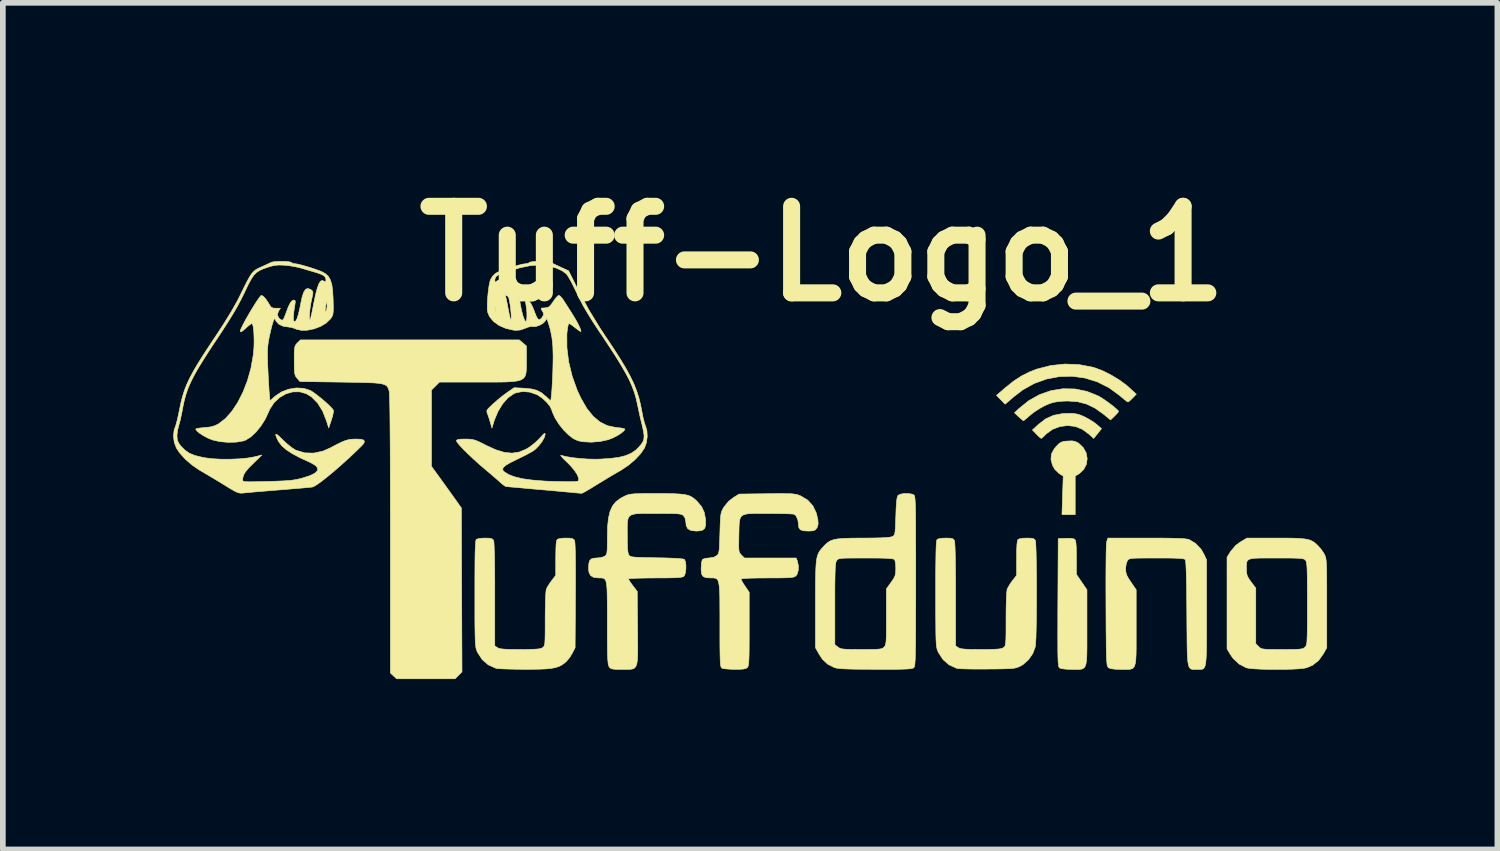
<source format=kicad_pcb>
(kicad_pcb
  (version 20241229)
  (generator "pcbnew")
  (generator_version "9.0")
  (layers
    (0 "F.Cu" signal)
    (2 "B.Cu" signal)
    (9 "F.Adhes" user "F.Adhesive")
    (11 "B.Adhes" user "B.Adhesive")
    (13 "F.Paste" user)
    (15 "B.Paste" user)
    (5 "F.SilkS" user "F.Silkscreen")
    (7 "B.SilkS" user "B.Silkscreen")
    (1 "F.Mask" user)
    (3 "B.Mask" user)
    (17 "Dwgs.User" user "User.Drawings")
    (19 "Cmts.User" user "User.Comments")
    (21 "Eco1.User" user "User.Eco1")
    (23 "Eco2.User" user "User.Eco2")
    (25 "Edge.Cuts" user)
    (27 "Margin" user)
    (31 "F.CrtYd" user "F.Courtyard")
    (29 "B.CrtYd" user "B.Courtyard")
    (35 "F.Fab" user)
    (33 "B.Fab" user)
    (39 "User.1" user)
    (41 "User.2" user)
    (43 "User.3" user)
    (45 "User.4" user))
  (footprint "Tuff-Logo_1"
    (layer "F.Cu")
    (at 10.165 5.228)
    (property "Reference" "Tuff-Logo_1" (at 1.27 -3.81 0) (layer "F.SilkS") (effects (font (size 1.524 1.524) (thickness 0.3))))
    (attr through_hole)
    (fp_poly (pts (xy 5.719 -0.504) (xy 5.768 -0.48) (xy 5.781 -0.472) (xy 5.863 -0.394) (xy 5.913 -0.302) (xy 5.931 -0.202) (xy 5.917 -0.102) (xy 5.871 -0.012) (xy 5.793 0.062) (xy 5.778 0.071) (xy 5.72 0.106) (xy 5.72 0.785) (xy 5.487 0.785) (xy 5.498 0.446) (xy 5.509 0.107) (xy 5.435 0.059) (xy 5.36 -0.013) (xy 5.32 -0.085) (xy 5.293 -0.189) (xy 5.302 -0.284) (xy 5.351 -0.374) (xy 5.388 -0.419) (xy 5.437 -0.468) (xy 5.481 -0.494) (xy 5.535 -0.507) (xy 5.588 -0.511) (xy 5.665 -0.514) (xy 5.719 -0.504)) (stroke (width 0.01) (type solid)) (fill yes) (layer "F.SilkS"))
    (fp_poly (pts (xy 5.68 -0.997) (xy 5.75 -0.987) (xy 5.816 -0.967) (xy 5.886 -0.936) (xy 5.968 -0.892) (xy 6.049 -0.841) (xy 6.101 -0.801) (xy 6.183 -0.729) (xy 6.115 -0.643) (xy 6.046 -0.557) (xy 5.964 -0.631) (xy 5.845 -0.719) (xy 5.721 -0.768) (xy 5.586 -0.784) (xy 5.448 -0.766) (xy 5.318 -0.716) (xy 5.21 -0.637) (xy 5.195 -0.622) (xy 5.155 -0.582) (xy 5.127 -0.56) (xy 5.121 -0.558) (xy 5.101 -0.571) (xy 5.063 -0.606) (xy 5.038 -0.632) (xy 4.966 -0.706) (xy 5.075 -0.805) (xy 5.201 -0.902) (xy 5.339 -0.964) (xy 5.495 -0.994) (xy 5.586 -0.998) (xy 5.68 -0.997)) (stroke (width 0.01) (type solid)) (fill yes) (layer "F.SilkS"))
    (fp_poly (pts (xy 5.788 -1.857) (xy 6.03 -1.811) (xy 6.055 -1.804) (xy 6.196 -1.752) (xy 6.348 -1.676) (xy 6.496 -1.587) (xy 6.624 -1.493) (xy 6.659 -1.462) (xy 6.796 -1.336) (xy 6.729 -1.267) (xy 6.687 -1.226) (xy 6.656 -1.201) (xy 6.649 -1.198) (xy 6.628 -1.21) (xy 6.585 -1.244) (xy 6.527 -1.292) (xy 6.507 -1.31) (xy 6.315 -1.45) (xy 6.108 -1.554) (xy 5.89 -1.621) (xy 5.667 -1.652) (xy 5.441 -1.646) (xy 5.217 -1.604) (xy 5 -1.526) (xy 4.794 -1.411) (xy 4.638 -1.291) (xy 4.486 -1.16) (xy 4.334 -1.316) (xy 4.488 -1.448) (xy 4.635 -1.566) (xy 4.773 -1.656) (xy 4.914 -1.727) (xy 5.044 -1.778) (xy 5.286 -1.84) (xy 5.537 -1.867) (xy 5.788 -1.857)) (stroke (width 0.01) (type solid)) (fill yes) (layer "F.SilkS"))
    (fp_poly (pts (xy 5.634 1.202) (xy 5.692 1.211) (xy 5.712 1.22) (xy 5.724 1.239) (xy 5.732 1.279) (xy 5.738 1.343) (xy 5.74 1.438) (xy 5.741 1.541) (xy 5.741 1.837) (xy 5.834 1.973) (xy 5.927 2.109) (xy 5.927 2.776) (xy 5.927 2.97) (xy 5.927 3.126) (xy 5.925 3.249) (xy 5.92 3.343) (xy 5.91 3.412) (xy 5.894 3.459) (xy 5.871 3.488) (xy 5.839 3.504) (xy 5.796 3.511) (xy 5.742 3.511) (xy 5.675 3.511) (xy 5.666 3.511) (xy 5.561 3.507) (xy 5.486 3.498) (xy 5.445 3.485) (xy 5.437 3.477) (xy 5.431 3.463) (xy 5.426 3.439) (xy 5.422 3.403) (xy 5.418 3.351) (xy 5.416 3.28) (xy 5.414 3.187) (xy 5.414 3.068) (xy 5.413 2.92) (xy 5.414 2.739) (xy 5.414 2.523) (xy 5.415 2.333) (xy 5.421 1.208) (xy 5.552 1.202) (xy 5.634 1.202)) (stroke (width 0.01) (type solid)) (fill yes) (layer "F.SilkS"))
    (fp_poly (pts (xy 5.717 -1.428) (xy 5.927 -1.385) (xy 6.122 -1.307) (xy 6.177 -1.275) (xy 6.244 -1.231) (xy 6.316 -1.18) (xy 6.384 -1.128) (xy 6.44 -1.081) (xy 6.476 -1.047) (xy 6.484 -1.033) (xy 6.471 -1.012) (xy 6.436 -0.974) (xy 6.414 -0.952) (xy 6.343 -0.883) (xy 6.224 -0.98) (xy 6.072 -1.089) (xy 5.923 -1.162) (xy 5.766 -1.203) (xy 5.593 -1.216) (xy 5.521 -1.214) (xy 5.419 -1.206) (xy 5.341 -1.193) (xy 5.269 -1.171) (xy 5.187 -1.135) (xy 5.179 -1.132) (xy 5.089 -1.082) (xy 4.996 -1.021) (xy 4.922 -0.963) (xy 4.868 -0.916) (xy 4.828 -0.882) (xy 4.809 -0.868) (xy 4.809 -0.868) (xy 4.791 -0.881) (xy 4.753 -0.914) (xy 4.726 -0.938) (xy 4.651 -1.008) (xy 4.726 -1.08) (xy 4.902 -1.222) (xy 5.093 -1.329) (xy 5.296 -1.399) (xy 5.505 -1.432) (xy 5.717 -1.428)) (stroke (width 0.01) (type solid)) (fill yes) (layer "F.SilkS"))
    (fp_poly (pts (xy -4.008 -2.239) (xy -3.944 -2.185) (xy -3.944 -1.938) (xy -3.944 -1.842) (xy -3.946 -1.763) (xy -3.953 -1.7) (xy -3.969 -1.65) (xy -3.999 -1.613) (xy -4.045 -1.586) (xy -4.112 -1.568) (xy -4.203 -1.557) (xy -4.321 -1.551) (xy -4.472 -1.549) (xy -4.657 -1.549) (xy -4.792 -1.549) (xy -5.476 -1.549) (xy -5.617 -1.408) (xy -5.617 -0.066) (xy -5.432 0.189) (xy -5.36 0.289) (xy -5.289 0.388) (xy -5.227 0.475) (xy -5.179 0.541) (xy -5.169 0.556) (xy -5.09 0.668) (xy -5.085 2.111) (xy -5.079 3.554) (xy -5.14 3.615) (xy -5.201 3.676) (xy -6.23 3.676) (xy -6.285 3.625) (xy -6.34 3.574) (xy -6.34 1.132) (xy -6.34 0.697) (xy -6.341 0.304) (xy -6.342 -0.048) (xy -6.343 -0.359) (xy -6.345 -0.629) (xy -6.347 -0.858) (xy -6.349 -1.046) (xy -6.352 -1.193) (xy -6.355 -1.3) (xy -6.358 -1.366) (xy -6.361 -1.389) (xy -6.372 -1.426) (xy -6.386 -1.457) (xy -6.404 -1.481) (xy -6.433 -1.5) (xy -6.476 -1.515) (xy -6.537 -1.526) (xy -6.62 -1.534) (xy -6.729 -1.539) (xy -6.868 -1.543) (xy -7.04 -1.546) (xy -7.213 -1.549) (xy -7.933 -1.559) (xy -7.983 -1.617) (xy -8.004 -1.644) (xy -8.018 -1.673) (xy -8.027 -1.712) (xy -8.031 -1.77) (xy -8.033 -1.855) (xy -8.033 -1.929) (xy -8.033 -2.036) (xy -8.031 -2.11) (xy -8.025 -2.159) (xy -8.015 -2.191) (xy -7.999 -2.216) (xy -7.979 -2.238) (xy -7.924 -2.292) (xy -4.071 -2.292) (xy -4.008 -2.239)) (stroke (width 0.01) (type solid)) (fill yes) (layer "F.SilkS"))
    (fp_poly (pts (xy 7.18 1.198) (xy 7.342 1.199) (xy 7.471 1.202) (xy 7.57 1.205) (xy 7.643 1.21) (xy 7.693 1.216) (xy 7.725 1.224) (xy 7.729 1.226) (xy 7.842 1.294) (xy 7.936 1.394) (xy 7.984 1.476) (xy 8.033 1.58) (xy 8.033 2.513) (xy 8.033 2.742) (xy 8.033 2.933) (xy 8.032 3.089) (xy 8.03 3.215) (xy 8.026 3.313) (xy 8.019 3.386) (xy 8.01 3.439) (xy 7.997 3.475) (xy 7.98 3.496) (xy 7.958 3.507) (xy 7.931 3.511) (xy 7.898 3.511) (xy 7.87 3.511) (xy 7.829 3.511) (xy 7.795 3.511) (xy 7.767 3.506) (xy 7.745 3.494) (xy 7.727 3.47) (xy 7.714 3.432) (xy 7.704 3.375) (xy 7.697 3.297) (xy 7.693 3.194) (xy 7.69 3.063) (xy 7.689 2.9) (xy 7.687 2.701) (xy 7.686 2.528) (xy 7.684 2.274) (xy 7.682 2.061) (xy 7.678 1.887) (xy 7.674 1.753) (xy 7.669 1.656) (xy 7.664 1.597) (xy 7.658 1.576) (xy 7.641 1.567) (xy 7.605 1.56) (xy 7.545 1.555) (xy 7.456 1.551) (xy 7.336 1.549) (xy 7.179 1.549) (xy 7.154 1.549) (xy 7.001 1.549) (xy 6.884 1.55) (xy 6.798 1.551) (xy 6.737 1.554) (xy 6.696 1.559) (xy 6.671 1.567) (xy 6.655 1.577) (xy 6.643 1.591) (xy 6.64 1.595) (xy 6.62 1.645) (xy 6.609 1.716) (xy 6.608 1.739) (xy 6.612 1.797) (xy 6.627 1.85) (xy 6.659 1.91) (xy 6.701 1.973) (xy 6.794 2.109) (xy 6.794 2.776) (xy 6.794 2.97) (xy 6.794 3.126) (xy 6.792 3.249) (xy 6.787 3.343) (xy 6.777 3.412) (xy 6.761 3.459) (xy 6.738 3.488) (xy 6.706 3.504) (xy 6.664 3.511) (xy 6.61 3.511) (xy 6.543 3.511) (xy 6.533 3.511) (xy 6.421 3.507) (xy 6.346 3.497) (xy 6.307 3.481) (xy 6.299 3.473) (xy 6.291 3.462) (xy 6.285 3.443) (xy 6.28 3.413) (xy 6.276 3.37) (xy 6.272 3.309) (xy 6.27 3.227) (xy 6.267 3.12) (xy 6.266 2.987) (xy 6.264 2.822) (xy 6.263 2.623) (xy 6.262 2.386) (xy 6.262 2.379) (xy 6.261 2.119) (xy 6.261 1.889) (xy 6.262 1.692) (xy 6.264 1.529) (xy 6.266 1.402) (xy 6.27 1.312) (xy 6.275 1.261) (xy 6.277 1.252) (xy 6.297 1.198) (xy 6.98 1.198) (xy 7.18 1.198)) (stroke (width 0.01) (type solid)) (fill yes) (layer "F.SilkS"))
    (fp_poly (pts (xy -3.175 1.2) (xy -3.131 1.208) (xy -3.106 1.226) (xy -3.097 1.239) (xy -3.091 1.27) (xy -3.087 1.336) (xy -3.083 1.441) (xy -3.081 1.583) (xy -3.08 1.764) (xy -3.08 1.985) (xy -3.081 2.205) (xy -3.087 3.129) (xy -3.139 3.229) (xy -3.183 3.301) (xy -3.238 3.367) (xy -3.263 3.39) (xy -3.312 3.427) (xy -3.365 3.455) (xy -3.427 3.477) (xy -3.503 3.492) (xy -3.6 3.502) (xy -3.724 3.507) (xy -3.879 3.509) (xy -3.984 3.509) (xy -4.119 3.508) (xy -4.242 3.505) (xy -4.347 3.502) (xy -4.426 3.498) (xy -4.474 3.493) (xy -4.481 3.491) (xy -4.615 3.431) (xy -4.722 3.339) (xy -4.803 3.216) (xy -4.81 3.201) (xy -4.82 3.177) (xy -4.828 3.152) (xy -4.835 3.121) (xy -4.84 3.081) (xy -4.844 3.027) (xy -4.847 2.956) (xy -4.849 2.863) (xy -4.851 2.745) (xy -4.852 2.599) (xy -4.852 2.419) (xy -4.852 2.202) (xy -4.852 2.178) (xy -4.852 1.941) (xy -4.851 1.744) (xy -4.85 1.582) (xy -4.848 1.454) (xy -4.844 1.357) (xy -4.84 1.288) (xy -4.835 1.244) (xy -4.829 1.224) (xy -4.828 1.223) (xy -4.795 1.209) (xy -4.733 1.2) (xy -4.674 1.198) (xy -4.599 1.2) (xy -4.555 1.209) (xy -4.53 1.227) (xy -4.523 1.238) (xy -4.517 1.27) (xy -4.513 1.342) (xy -4.509 1.453) (xy -4.505 1.602) (xy -4.503 1.787) (xy -4.502 2.008) (xy -4.502 2.186) (xy -4.502 3.095) (xy -4.456 3.127) (xy -4.431 3.14) (xy -4.392 3.148) (xy -4.334 3.154) (xy -4.249 3.158) (xy -4.133 3.159) (xy -4.058 3.16) (xy -3.922 3.159) (xy -3.822 3.156) (xy -3.751 3.152) (xy -3.703 3.145) (xy -3.671 3.134) (xy -3.66 3.127) (xy -3.645 3.116) (xy -3.634 3.101) (xy -3.626 3.078) (xy -3.62 3.041) (xy -3.617 2.985) (xy -3.615 2.904) (xy -3.614 2.793) (xy -3.614 2.647) (xy -3.614 2.623) (xy -3.613 2.481) (xy -3.61 2.352) (xy -3.607 2.243) (xy -3.602 2.159) (xy -3.596 2.107) (xy -3.593 2.096) (xy -3.569 2.049) (xy -3.529 1.987) (xy -3.5 1.947) (xy -3.428 1.853) (xy -3.428 1.55) (xy -3.426 1.411) (xy -3.422 1.311) (xy -3.414 1.249) (xy -3.403 1.223) (xy -3.37 1.209) (xy -3.308 1.2) (xy -3.249 1.198) (xy -3.175 1.2)) (stroke (width 0.01) (type solid)) (fill yes) (layer "F.SilkS"))
    (fp_poly (pts (xy 9.431 1.198) (xy 9.57 1.2) (xy 9.678 1.205) (xy 9.762 1.213) (xy 9.827 1.225) (xy 9.878 1.243) (xy 9.92 1.267) (xy 9.96 1.299) (xy 9.991 1.328) (xy 10.047 1.391) (xy 10.097 1.462) (xy 10.105 1.477) (xy 10.116 1.499) (xy 10.126 1.522) (xy 10.133 1.551) (xy 10.139 1.589) (xy 10.143 1.641) (xy 10.146 1.712) (xy 10.148 1.804) (xy 10.149 1.924) (xy 10.15 2.074) (xy 10.15 2.26) (xy 10.15 2.344) (xy 10.15 3.129) (xy 10.09 3.237) (xy 10.005 3.355) (xy 9.898 3.438) (xy 9.793 3.482) (xy 9.736 3.493) (xy 9.647 3.501) (xy 9.533 3.507) (xy 9.404 3.51) (xy 9.266 3.511) (xy 9.129 3.51) (xy 8.999 3.507) (xy 8.885 3.501) (xy 8.795 3.493) (xy 8.736 3.483) (xy 8.73 3.481) (xy 8.605 3.415) (xy 8.5 3.316) (xy 8.452 3.247) (xy 8.394 3.149) (xy 8.394 1.675) (xy 8.735 1.675) (xy 8.735 1.733) (xy 8.735 1.744) (xy 8.738 1.813) (xy 8.751 1.865) (xy 8.781 1.918) (xy 8.818 1.97) (xy 8.9 2.079) (xy 8.9 3.058) (xy 8.951 3.109) (xy 8.97 3.127) (xy 8.991 3.14) (xy 9.02 3.149) (xy 9.063 3.155) (xy 9.127 3.158) (xy 9.218 3.159) (xy 9.343 3.16) (xy 9.364 3.16) (xy 9.496 3.159) (xy 9.592 3.158) (xy 9.66 3.155) (xy 9.706 3.149) (xy 9.736 3.141) (xy 9.756 3.128) (xy 9.768 3.118) (xy 9.779 3.106) (xy 9.787 3.09) (xy 9.794 3.066) (xy 9.8 3.03) (xy 9.803 2.977) (xy 9.806 2.904) (xy 9.808 2.807) (xy 9.809 2.68) (xy 9.809 2.519) (xy 9.809 2.351) (xy 9.809 2.156) (xy 9.808 1.999) (xy 9.807 1.874) (xy 9.805 1.779) (xy 9.802 1.708) (xy 9.797 1.657) (xy 9.792 1.623) (xy 9.784 1.601) (xy 9.775 1.587) (xy 9.775 1.587) (xy 9.761 1.574) (xy 9.74 1.565) (xy 9.708 1.559) (xy 9.658 1.554) (xy 9.586 1.551) (xy 9.487 1.549) (xy 9.354 1.549) (xy 9.259 1.549) (xy 9.099 1.549) (xy 8.975 1.55) (xy 8.883 1.553) (xy 8.818 1.562) (xy 8.775 1.576) (xy 8.75 1.599) (xy 8.739 1.631) (xy 8.735 1.675) (xy 8.394 1.675) (xy 8.394 1.535) (xy 8.457 1.434) (xy 8.545 1.328) (xy 8.632 1.265) (xy 8.744 1.198) (xy 9.256 1.198) (xy 9.431 1.198)) (stroke (width 0.01) (type solid)) (fill yes) (layer "F.SilkS"))
    (fp_poly (pts (xy 4.941 1.2) (xy 4.986 1.209) (xy 5.01 1.227) (xy 5.017 1.238) (xy 5.023 1.268) (xy 5.027 1.334) (xy 5.031 1.432) (xy 5.034 1.555) (xy 5.036 1.698) (xy 5.038 1.856) (xy 5.039 2.024) (xy 5.039 2.197) (xy 5.038 2.37) (xy 5.037 2.536) (xy 5.035 2.692) (xy 5.032 2.831) (xy 5.029 2.949) (xy 5.024 3.04) (xy 5.019 3.099) (xy 5.017 3.112) (xy 4.973 3.231) (xy 4.899 3.338) (xy 4.804 3.423) (xy 4.757 3.451) (xy 4.723 3.467) (xy 4.69 3.479) (xy 4.652 3.488) (xy 4.603 3.494) (xy 4.536 3.498) (xy 4.446 3.501) (xy 4.327 3.503) (xy 4.172 3.504) (xy 4.171 3.504) (xy 4.031 3.505) (xy 3.902 3.504) (xy 3.791 3.502) (xy 3.705 3.499) (xy 3.649 3.495) (xy 3.634 3.492) (xy 3.499 3.43) (xy 3.393 3.338) (xy 3.313 3.216) (xy 3.306 3.201) (xy 3.296 3.177) (xy 3.287 3.152) (xy 3.281 3.121) (xy 3.275 3.081) (xy 3.271 3.027) (xy 3.268 2.956) (xy 3.266 2.863) (xy 3.265 2.745) (xy 3.264 2.599) (xy 3.263 2.419) (xy 3.263 2.202) (xy 3.263 2.178) (xy 3.263 1.941) (xy 3.264 1.744) (xy 3.266 1.582) (xy 3.268 1.454) (xy 3.271 1.357) (xy 3.275 1.288) (xy 3.28 1.244) (xy 3.287 1.224) (xy 3.288 1.223) (xy 3.321 1.209) (xy 3.383 1.2) (xy 3.442 1.198) (xy 3.516 1.2) (xy 3.561 1.209) (xy 3.585 1.227) (xy 3.592 1.238) (xy 3.598 1.27) (xy 3.603 1.342) (xy 3.607 1.453) (xy 3.61 1.602) (xy 3.612 1.787) (xy 3.614 2.008) (xy 3.614 2.186) (xy 3.614 3.095) (xy 3.66 3.127) (xy 3.685 3.14) (xy 3.723 3.148) (xy 3.782 3.154) (xy 3.866 3.158) (xy 3.982 3.159) (xy 4.058 3.16) (xy 4.193 3.159) (xy 4.293 3.156) (xy 4.365 3.152) (xy 4.413 3.145) (xy 4.444 3.134) (xy 4.456 3.127) (xy 4.471 3.116) (xy 4.482 3.101) (xy 4.49 3.078) (xy 4.495 3.041) (xy 4.499 2.985) (xy 4.501 2.904) (xy 4.502 2.793) (xy 4.502 2.647) (xy 4.502 2.623) (xy 4.503 2.481) (xy 4.505 2.352) (xy 4.509 2.243) (xy 4.514 2.159) (xy 4.52 2.107) (xy 4.522 2.096) (xy 4.547 2.049) (xy 4.586 1.987) (xy 4.615 1.947) (xy 4.688 1.853) (xy 4.688 1.55) (xy 4.689 1.411) (xy 4.694 1.311) (xy 4.702 1.249) (xy 4.712 1.223) (xy 4.746 1.209) (xy 4.808 1.2) (xy 4.867 1.198) (xy 4.941 1.2)) (stroke (width 0.01) (type solid)) (fill yes) (layer "F.SilkS"))
    (fp_poly (pts (xy 0.66 0.416) (xy 0.728 0.418) (xy 0.779 0.424) (xy 0.819 0.431) (xy 0.853 0.442) (xy 0.887 0.456) (xy 1.009 0.529) (xy 1.1 0.63) (xy 1.162 0.76) (xy 1.188 0.873) (xy 1.193 0.947) (xy 1.181 1) (xy 1.169 1.022) (xy 1.144 1.052) (xy 1.111 1.068) (xy 1.057 1.073) (xy 1.016 1.074) (xy 0.931 1.069) (xy 0.879 1.05) (xy 0.853 1.013) (xy 0.847 0.955) (xy 0.835 0.876) (xy 0.806 0.81) (xy 0.776 0.78) (xy 0.75 0.775) (xy 0.688 0.771) (xy 0.598 0.768) (xy 0.487 0.766) (xy 0.359 0.764) (xy 0.318 0.764) (xy 0.16 0.764) (xy 0.037 0.765) (xy -0.053 0.771) (xy -0.117 0.786) (xy -0.159 0.813) (xy -0.183 0.856) (xy -0.195 0.918) (xy -0.2 1.003) (xy -0.202 1.114) (xy -0.203 1.148) (xy -0.205 1.264) (xy -0.206 1.346) (xy -0.203 1.402) (xy -0.197 1.439) (xy -0.185 1.464) (xy -0.168 1.485) (xy -0.157 1.497) (xy -0.105 1.549) (xy 0.806 1.549) (xy 0.827 1.602) (xy 0.845 1.685) (xy 0.843 1.768) (xy 0.822 1.836) (xy 0.805 1.859) (xy 0.79 1.872) (xy 0.77 1.882) (xy 0.739 1.889) (xy 0.693 1.894) (xy 0.627 1.897) (xy 0.533 1.899) (xy 0.408 1.9) (xy 0.299 1.9) (xy 0.13 1.901) (xy -0.002 1.904) (xy -0.096 1.908) (xy -0.151 1.914) (xy -0.165 1.921) (xy -0.154 1.948) (xy -0.126 1.997) (xy -0.093 2.047) (xy -0.021 2.152) (xy -0.021 2.799) (xy -0.021 2.983) (xy -0.022 3.129) (xy -0.023 3.243) (xy -0.026 3.329) (xy -0.03 3.391) (xy -0.035 3.433) (xy -0.042 3.459) (xy -0.051 3.475) (xy -0.053 3.478) (xy -0.081 3.495) (xy -0.128 3.505) (xy -0.202 3.509) (xy -0.275 3.51) (xy -0.363 3.507) (xy -0.438 3.501) (xy -0.489 3.493) (xy -0.501 3.488) (xy -0.51 3.48) (xy -0.518 3.465) (xy -0.524 3.44) (xy -0.529 3.4) (xy -0.532 3.34) (xy -0.534 3.258) (xy -0.536 3.149) (xy -0.537 3.009) (xy -0.537 2.833) (xy -0.537 2.729) (xy -0.537 2.523) (xy -0.538 2.354) (xy -0.539 2.218) (xy -0.543 2.113) (xy -0.55 2.034) (xy -0.56 1.977) (xy -0.574 1.939) (xy -0.593 1.916) (xy -0.617 1.905) (xy -0.648 1.9) (xy -0.686 1.9) (xy -0.694 1.9) (xy -0.779 1.895) (xy -0.831 1.876) (xy -0.858 1.834) (xy -0.867 1.763) (xy -0.867 1.728) (xy -0.863 1.653) (xy -0.853 1.597) (xy -0.843 1.574) (xy -0.807 1.558) (xy -0.75 1.549) (xy -0.731 1.549) (xy -0.647 1.536) (xy -0.596 1.509) (xy -0.578 1.493) (xy -0.565 1.474) (xy -0.556 1.445) (xy -0.549 1.4) (xy -0.545 1.332) (xy -0.541 1.236) (xy -0.537 1.11) (xy -0.533 0.98) (xy -0.529 0.884) (xy -0.524 0.814) (xy -0.516 0.764) (xy -0.505 0.726) (xy -0.49 0.692) (xy -0.468 0.656) (xy -0.464 0.649) (xy -0.385 0.552) (xy -0.301 0.486) (xy -0.2 0.423) (xy 0.292 0.417) (xy 0.448 0.415) (xy 0.568 0.415) (xy 0.66 0.416)) (stroke (width 0.01) (type solid)) (fill yes) (layer "F.SilkS"))
    (fp_poly (pts (xy 2.841 0.423) (xy 2.872 0.434) (xy 2.879 0.439) (xy 2.886 0.448) (xy 2.892 0.463) (xy 2.896 0.486) (xy 2.9 0.522) (xy 2.903 0.572) (xy 2.906 0.64) (xy 2.908 0.728) (xy 2.909 0.84) (xy 2.91 0.977) (xy 2.911 1.144) (xy 2.911 1.342) (xy 2.912 1.575) (xy 2.912 1.845) (xy 2.912 1.951) (xy 2.912 2.238) (xy 2.911 2.486) (xy 2.911 2.699) (xy 2.91 2.879) (xy 2.909 3.028) (xy 2.907 3.151) (xy 2.905 3.249) (xy 2.903 3.325) (xy 2.899 3.382) (xy 2.896 3.423) (xy 2.891 3.451) (xy 2.886 3.468) (xy 2.879 3.478) (xy 2.879 3.478) (xy 2.866 3.487) (xy 2.842 3.495) (xy 2.805 3.5) (xy 2.749 3.504) (xy 2.671 3.507) (xy 2.565 3.509) (xy 2.428 3.509) (xy 2.255 3.509) (xy 2.203 3.509) (xy 2.01 3.508) (xy 1.854 3.507) (xy 1.731 3.504) (xy 1.636 3.5) (xy 1.566 3.495) (xy 1.516 3.488) (xy 1.481 3.479) (xy 1.478 3.478) (xy 1.361 3.418) (xy 1.268 3.331) (xy 1.208 3.239) (xy 1.146 3.129) (xy 1.146 2.364) (xy 1.146 2.357) (xy 1.487 2.357) (xy 1.487 3.074) (xy 1.541 3.117) (xy 1.564 3.132) (xy 1.591 3.144) (xy 1.628 3.151) (xy 1.683 3.156) (xy 1.761 3.158) (xy 1.87 3.159) (xy 1.954 3.16) (xy 2.085 3.159) (xy 2.181 3.158) (xy 2.248 3.155) (xy 2.294 3.149) (xy 2.323 3.14) (xy 2.344 3.128) (xy 2.354 3.118) (xy 2.367 3.103) (xy 2.377 3.083) (xy 2.384 3.054) (xy 2.39 3.01) (xy 2.393 2.945) (xy 2.395 2.855) (xy 2.395 2.733) (xy 2.395 2.585) (xy 2.395 2.092) (xy 2.478 1.977) (xy 2.523 1.911) (xy 2.548 1.859) (xy 2.558 1.804) (xy 2.561 1.73) (xy 2.557 1.654) (xy 2.547 1.597) (xy 2.536 1.574) (xy 2.513 1.565) (xy 2.462 1.558) (xy 2.381 1.553) (xy 2.266 1.55) (xy 2.113 1.549) (xy 2.031 1.549) (xy 1.878 1.549) (xy 1.762 1.55) (xy 1.676 1.551) (xy 1.615 1.554) (xy 1.575 1.559) (xy 1.549 1.567) (xy 1.533 1.577) (xy 1.521 1.591) (xy 1.519 1.595) (xy 1.51 1.612) (xy 1.503 1.639) (xy 1.498 1.68) (xy 1.494 1.739) (xy 1.491 1.82) (xy 1.489 1.928) (xy 1.487 2.066) (xy 1.487 2.238) (xy 1.487 2.357) (xy 1.146 2.357) (xy 1.146 2.153) (xy 1.147 1.979) (xy 1.149 1.837) (xy 1.153 1.723) (xy 1.159 1.633) (xy 1.168 1.564) (xy 1.181 1.509) (xy 1.198 1.465) (xy 1.219 1.428) (xy 1.246 1.393) (xy 1.278 1.357) (xy 1.323 1.31) (xy 1.366 1.273) (xy 1.413 1.245) (xy 1.47 1.225) (xy 1.542 1.212) (xy 1.636 1.204) (xy 1.757 1.2) (xy 1.912 1.198) (xy 1.982 1.198) (xy 2.155 1.197) (xy 2.289 1.194) (xy 2.388 1.189) (xy 2.456 1.182) (xy 2.495 1.173) (xy 2.499 1.171) (xy 2.518 1.16) (xy 2.532 1.146) (xy 2.542 1.121) (xy 2.548 1.08) (xy 2.553 1.017) (xy 2.557 0.924) (xy 2.561 0.813) (xy 2.566 0.672) (xy 2.573 0.568) (xy 2.582 0.497) (xy 2.594 0.457) (xy 2.599 0.447) (xy 2.638 0.426) (xy 2.702 0.414) (xy 2.775 0.413) (xy 2.841 0.423)) (stroke (width 0.01) (type solid)) (fill yes) (layer "F.SilkS"))
    (fp_poly (pts (xy -1.472 0.414) (xy -1.338 0.417) (xy -1.233 0.423) (xy -1.152 0.433) (xy -1.089 0.448) (xy -1.038 0.471) (xy -0.994 0.501) (xy -0.95 0.54) (xy -0.933 0.557) (xy -0.859 0.646) (xy -0.814 0.742) (xy -0.791 0.86) (xy -0.79 0.878) (xy -0.788 0.969) (xy -0.805 1.028) (xy -0.846 1.06) (xy -0.916 1.073) (xy -0.959 1.074) (xy -1.047 1.064) (xy -1.103 1.033) (xy -1.131 0.977) (xy -1.136 0.922) (xy -1.151 0.845) (xy -1.177 0.805) (xy -1.193 0.792) (xy -1.214 0.781) (xy -1.246 0.774) (xy -1.293 0.769) (xy -1.363 0.766) (xy -1.46 0.765) (xy -1.591 0.764) (xy -1.652 0.764) (xy -1.811 0.764) (xy -1.934 0.765) (xy -2.025 0.771) (xy -2.089 0.786) (xy -2.131 0.813) (xy -2.155 0.855) (xy -2.166 0.917) (xy -2.169 1.002) (xy -2.168 1.114) (xy -2.168 1.152) (xy -2.167 1.283) (xy -2.164 1.378) (xy -2.157 1.442) (xy -2.147 1.483) (xy -2.139 1.498) (xy -2.127 1.511) (xy -2.109 1.521) (xy -2.079 1.529) (xy -2.032 1.534) (xy -1.964 1.538) (xy -1.867 1.541) (xy -1.738 1.543) (xy -1.649 1.545) (xy -1.488 1.548) (xy -1.356 1.553) (xy -1.255 1.559) (xy -1.189 1.566) (xy -1.162 1.573) (xy -1.145 1.609) (xy -1.136 1.671) (xy -1.136 1.743) (xy -1.145 1.81) (xy -1.162 1.859) (xy -1.168 1.867) (xy -1.184 1.878) (xy -1.211 1.886) (xy -1.254 1.892) (xy -1.319 1.896) (xy -1.41 1.898) (xy -1.533 1.9) (xy -1.674 1.9) (xy -1.809 1.901) (xy -1.929 1.903) (xy -2.028 1.906) (xy -2.101 1.91) (xy -2.141 1.915) (xy -2.148 1.918) (xy -2.136 1.942) (xy -2.106 1.988) (xy -2.07 2.036) (xy -1.993 2.137) (xy -1.987 2.782) (xy -1.985 2.975) (xy -1.984 3.13) (xy -1.985 3.253) (xy -1.99 3.346) (xy -2 3.413) (xy -2.018 3.46) (xy -2.043 3.489) (xy -2.079 3.504) (xy -2.126 3.51) (xy -2.186 3.511) (xy -2.26 3.511) (xy -2.26 3.511) (xy -2.352 3.51) (xy -2.412 3.506) (xy -2.449 3.498) (xy -2.473 3.483) (xy -2.487 3.465) (xy -2.496 3.448) (xy -2.503 3.421) (xy -2.508 3.38) (xy -2.513 3.321) (xy -2.516 3.241) (xy -2.518 3.134) (xy -2.519 2.997) (xy -2.519 2.825) (xy -2.519 2.692) (xy -2.519 2.49) (xy -2.52 2.326) (xy -2.522 2.195) (xy -2.525 2.095) (xy -2.532 2.02) (xy -2.541 1.967) (xy -2.555 1.933) (xy -2.574 1.912) (xy -2.599 1.903) (xy -2.63 1.9) (xy -2.668 1.9) (xy -2.671 1.9) (xy -2.759 1.89) (xy -2.815 1.858) (xy -2.844 1.798) (xy -2.85 1.732) (xy -2.845 1.643) (xy -2.827 1.588) (xy -2.79 1.559) (xy -2.729 1.549) (xy -2.709 1.549) (xy -2.637 1.542) (xy -2.578 1.524) (xy -2.565 1.517) (xy -2.547 1.502) (xy -2.535 1.483) (xy -2.527 1.453) (xy -2.522 1.404) (xy -2.52 1.33) (xy -2.519 1.225) (xy -2.519 1.18) (xy -2.515 0.995) (xy -2.499 0.846) (xy -2.471 0.727) (xy -2.428 0.632) (xy -2.368 0.558) (xy -2.288 0.498) (xy -2.22 0.462) (xy -2.185 0.446) (xy -2.151 0.434) (xy -2.112 0.426) (xy -2.061 0.42) (xy -1.993 0.416) (xy -1.902 0.414) (xy -1.781 0.414) (xy -1.642 0.414) (xy -1.472 0.414)) (stroke (width 0.01) (type solid)) (fill yes) (layer "F.SilkS"))
    (fp_poly (pts (xy -3.66 -3.675) (xy -3.588 -3.67) (xy -3.534 -3.662) (xy -3.515 -3.656) (xy -3.479 -3.638) (xy -3.419 -3.609) (xy -3.346 -3.575) (xy -3.341 -3.573) (xy -3.202 -3.509) (xy -3.013 -3.133) (xy -2.847 -2.825) (xy -2.655 -2.51) (xy -2.552 -2.354) (xy -2.411 -2.143) (xy -2.294 -1.96) (xy -2.197 -1.799) (xy -2.118 -1.655) (xy -2.055 -1.524) (xy -2.005 -1.399) (xy -1.965 -1.276) (xy -1.934 -1.15) (xy -1.911 -1.031) (xy -1.893 -0.938) (xy -1.873 -0.855) (xy -1.854 -0.794) (xy -1.847 -0.777) (xy -1.822 -0.691) (xy -1.817 -0.587) (xy -1.832 -0.481) (xy -1.864 -0.391) (xy -1.934 -0.288) (xy -2.033 -0.182) (xy -2.152 -0.082) (xy -2.276 0.001) (xy -2.363 0.051) (xy -2.452 0.103) (xy -2.524 0.146) (xy -2.53 0.15) (xy -2.597 0.191) (xy -2.683 0.243) (xy -2.773 0.298) (xy -2.796 0.313) (xy -2.869 0.356) (xy -2.928 0.39) (xy -2.964 0.408) (xy -2.972 0.41) (xy -2.995 0.408) (xy -3.054 0.403) (xy -3.144 0.394) (xy -3.26 0.384) (xy -3.397 0.371) (xy -3.55 0.357) (xy -3.634 0.35) (xy -3.795 0.336) (xy -3.942 0.323) (xy -4.071 0.311) (xy -4.176 0.302) (xy -4.254 0.295) (xy -4.298 0.291) (xy -4.306 0.29) (xy -4.332 0.276) (xy -4.375 0.243) (xy -4.399 0.222) (xy -4.444 0.181) (xy -4.512 0.122) (xy -4.591 0.054) (xy -4.656 0) (xy -4.766 -0.094) (xy -4.871 -0.189) (xy -4.968 -0.28) (xy -5.051 -0.362) (xy -5.117 -0.432) (xy -5.161 -0.485) (xy -5.178 -0.516) (xy -5.178 -0.52) (xy -5.158 -0.536) (xy -5.106 -0.544) (xy -5.018 -0.546) (xy -5.016 -0.546) (xy -4.946 -0.544) (xy -4.89 -0.537) (xy -4.836 -0.522) (xy -4.773 -0.495) (xy -4.688 -0.453) (xy -4.657 -0.436) (xy -4.486 -0.358) (xy -4.334 -0.311) (xy -4.198 -0.298) (xy -4.071 -0.317) (xy -3.949 -0.368) (xy -3.886 -0.407) (xy -3.81 -0.466) (xy -3.734 -0.535) (xy -3.695 -0.576) (xy -3.65 -0.626) (xy -3.625 -0.647) (xy -3.615 -0.64) (xy -3.614 -0.628) (xy -3.628 -0.576) (xy -3.666 -0.508) (xy -3.718 -0.438) (xy -3.778 -0.375) (xy -3.815 -0.344) (xy -3.866 -0.314) (xy -3.942 -0.272) (xy -4.034 -0.226) (xy -4.113 -0.188) (xy -4.228 -0.131) (xy -4.306 -0.085) (xy -4.351 -0.046) (xy -4.364 -0.013) (xy -4.349 0.018) (xy -4.341 0.026) (xy -4.262 0.077) (xy -4.153 0.119) (xy -4.012 0.153) (xy -3.836 0.177) (xy -3.624 0.194) (xy -3.446 0.201) (xy -3.287 0.204) (xy -3.166 0.205) (xy -3.084 0.202) (xy -3.038 0.196) (xy -3.028 0.19) (xy -3.024 0.146) (xy -3.048 0.083) (xy -3.098 0.006) (xy -3.168 -0.077) (xy -3.229 -0.138) (xy -3.287 -0.193) (xy -3.325 -0.235) (xy -3.341 -0.258) (xy -3.335 -0.26) (xy -3.251 -0.238) (xy -3.138 -0.219) (xy -3.005 -0.204) (xy -2.866 -0.194) (xy -2.73 -0.191) (xy -2.643 -0.193) (xy -2.46 -0.205) (xy -2.312 -0.225) (xy -2.193 -0.255) (xy -2.097 -0.297) (xy -2.017 -0.352) (xy -1.956 -0.413) (xy -1.915 -0.463) (xy -1.888 -0.508) (xy -1.875 -0.554) (xy -1.873 -0.612) (xy -1.884 -0.687) (xy -1.906 -0.789) (xy -1.928 -0.878) (xy -1.948 -0.963) (xy -1.97 -1.067) (xy -1.99 -1.16) (xy -2.013 -1.264) (xy -2.043 -1.366) (xy -2.081 -1.469) (xy -2.129 -1.579) (xy -2.191 -1.698) (xy -2.268 -1.832) (xy -2.362 -1.986) (xy -2.476 -2.162) (xy -2.611 -2.367) (xy -2.645 -2.416) (xy -2.764 -2.596) (xy -2.861 -2.751) (xy -2.942 -2.889) (xy -3.01 -3.019) (xy -3.058 -3.118) (xy -3.108 -3.222) (xy -3.156 -3.317) (xy -3.2 -3.394) (xy -3.233 -3.445) (xy -3.241 -3.455) (xy -3.314 -3.509) (xy -3.416 -3.556) (xy -3.533 -3.591) (xy -3.655 -3.611) (xy -3.713 -3.613) (xy -3.882 -3.599) (xy -4.059 -3.563) (xy -4.182 -3.523) (xy -4.242 -3.503) (xy -4.292 -3.492) (xy -4.301 -3.491) (xy -4.349 -3.48) (xy -4.408 -3.454) (xy -4.46 -3.423) (xy -4.486 -3.399) (xy -4.499 -3.36) (xy -4.501 -3.336) (xy -4.497 -3.309) (xy -4.478 -3.32) (xy -4.477 -3.321) (xy -4.442 -3.342) (xy -4.409 -3.333) (xy -4.378 -3.29) (xy -4.348 -3.211) (xy -4.317 -3.096) (xy -4.285 -2.941) (xy -4.282 -2.926) (xy -4.263 -2.825) (xy -4.246 -2.74) (xy -4.232 -2.679) (xy -4.224 -2.648) (xy -4.223 -2.646) (xy -4.214 -2.654) (xy -4.212 -2.693) (xy -4.214 -2.755) (xy -4.221 -2.83) (xy -4.231 -2.91) (xy -4.244 -2.985) (xy -4.247 -2.995) (xy -4.263 -3.072) (xy -4.27 -3.12) (xy -4.267 -3.147) (xy -4.254 -3.165) (xy -4.243 -3.173) (xy -4.19 -3.198) (xy -4.147 -3.187) (xy -4.11 -3.139) (xy -4.079 -3.053) (xy -4.057 -2.948) (xy -4.033 -2.824) (xy -4.008 -2.725) (xy -3.984 -2.656) (xy -3.963 -2.621) (xy -3.952 -2.618) (xy -3.941 -2.641) (xy -3.936 -2.693) (xy -3.936 -2.765) (xy -3.942 -2.844) (xy -3.952 -2.907) (xy -3.96 -2.962) (xy -3.955 -2.988) (xy -3.937 -2.994) (xy -3.901 -2.979) (xy -3.864 -2.93) (xy -3.824 -2.846) (xy -3.797 -2.775) (xy -3.765 -2.695) (xy -3.735 -2.654) (xy -3.706 -2.65) (xy -3.673 -2.681) (xy -3.664 -2.695) (xy -3.642 -2.735) (xy -3.645 -2.767) (xy -3.664 -2.798) (xy -3.683 -2.835) (xy -3.682 -2.852) (xy -3.681 -2.852) (xy -3.651 -2.854) (xy -3.604 -2.857) (xy -3.563 -2.866) (xy -3.528 -2.892) (xy -3.487 -2.945) (xy -3.472 -2.968) (xy -3.431 -3.025) (xy -3.395 -3.065) (xy -3.374 -3.077) (xy -3.347 -3.061) (xy -3.311 -3.02) (xy -3.297 -2.999) (xy -3.262 -2.945) (xy -3.214 -2.87) (xy -3.162 -2.789) (xy -3.15 -2.77) (xy -3.092 -2.676) (xy -3.043 -2.589) (xy -3.007 -2.516) (xy -2.986 -2.464) (xy -2.985 -2.439) (xy -3.004 -2.447) (xy -3.044 -2.474) (xy -3.085 -2.506) (xy -3.138 -2.547) (xy -3.18 -2.574) (xy -3.197 -2.581) (xy -3.207 -2.562) (xy -3.218 -2.511) (xy -3.228 -2.437) (xy -3.232 -2.39) (xy -3.231 -2.154) (xy -3.2 -1.904) (xy -3.138 -1.651) (xy -3.05 -1.405) (xy -2.982 -1.26) (xy -2.879 -1.083) (xy -2.768 -0.946) (xy -2.648 -0.846) (xy -2.517 -0.781) (xy -2.372 -0.75) (xy -2.351 -0.748) (xy -2.281 -0.741) (xy -2.23 -0.731) (xy -2.21 -0.722) (xy -2.21 -0.721) (xy -2.227 -0.691) (xy -2.274 -0.651) (xy -2.341 -0.608) (xy -2.419 -0.568) (xy -2.498 -0.537) (xy -2.5 -0.536) (xy -2.644 -0.504) (xy -2.8 -0.491) (xy -2.951 -0.499) (xy -3.036 -0.516) (xy -3.117 -0.553) (xy -3.205 -0.621) (xy -3.294 -0.71) (xy -3.375 -0.813) (xy -3.442 -0.92) (xy -3.488 -1.023) (xy -3.497 -1.054) (xy -3.528 -1.121) (xy -3.587 -1.194) (xy -3.663 -1.265) (xy -3.746 -1.322) (xy -3.762 -1.33) (xy -3.887 -1.373) (xy -4.013 -1.383) (xy -4.131 -1.36) (xy -4.169 -1.343) (xy -4.27 -1.272) (xy -4.363 -1.166) (xy -4.444 -1.034) (xy -4.508 -0.882) (xy -4.515 -0.86) (xy -4.552 -0.739) (xy -4.577 -0.829) (xy -4.599 -0.902) (xy -4.623 -0.972) (xy -4.628 -0.985) (xy -4.64 -1.018) (xy -4.641 -1.045) (xy -4.626 -1.072) (xy -4.59 -1.11) (xy -4.529 -1.167) (xy -4.524 -1.171) (xy -4.445 -1.24) (xy -4.359 -1.31) (xy -4.283 -1.366) (xy -4.277 -1.37) (xy -4.161 -1.45) (xy -3.986 -1.441) (xy -3.861 -1.429) (xy -3.764 -1.405) (xy -3.681 -1.362) (xy -3.601 -1.296) (xy -3.591 -1.287) (xy -3.516 -1.216) (xy -3.504 -1.315) (xy -3.499 -1.369) (xy -3.493 -1.454) (xy -3.487 -1.563) (xy -3.481 -1.686) (xy -3.478 -1.786) (xy -3.474 -1.998) (xy -3.479 -2.177) (xy -3.495 -2.332) (xy -3.522 -2.47) (xy -3.558 -2.592) (xy -3.585 -2.669) (xy -3.62 -2.616) (xy -3.658 -2.58) (xy -3.716 -2.549) (xy -3.777 -2.529) (xy -3.827 -2.525) (xy -3.841 -2.53) (xy -3.869 -2.529) (xy -3.922 -2.514) (xy -3.965 -2.497) (xy -4.05 -2.467) (xy -4.129 -2.46) (xy -4.171 -2.464) (xy -4.305 -2.494) (xy -4.426 -2.546) (xy -4.524 -2.618) (xy -4.595 -2.703) (xy -4.627 -2.78) (xy -4.632 -2.829) (xy -4.497 -2.829) (xy -4.495 -2.792) (xy -4.489 -2.787) (xy -4.488 -2.793) (xy -4.484 -2.845) (xy -4.488 -2.865) (xy -4.494 -2.872) (xy -4.497 -2.843) (xy -4.497 -2.829) (xy -4.632 -2.829) (xy -4.633 -2.843) (xy -4.633 -2.934) (xy -4.627 -3.04) (xy -4.616 -3.15) (xy -4.602 -3.25) (xy -4.585 -3.328) (xy -4.575 -3.356) (xy -4.538 -3.416) (xy -4.489 -3.464) (xy -4.444 -3.487) (xy -4.369 -3.517) (xy -4.277 -3.549) (xy -4.179 -3.581) (xy -4.085 -3.608) (xy -4.006 -3.627) (xy -3.954 -3.634) (xy -3.952 -3.634) (xy -3.91 -3.643) (xy -3.893 -3.655) (xy -3.867 -3.665) (xy -3.811 -3.672) (xy -3.739 -3.675) (xy -3.66 -3.675)) (stroke (width 0.01) (type solid)) (fill yes) (layer "F.SilkS"))
    (fp_poly (pts (xy -8.189 -3.674) (xy -8.127 -3.668) (xy -8.09 -3.659) (xy -8.085 -3.655) (xy -8.056 -3.639) (xy -8.023 -3.634) (xy -7.979 -3.628) (xy -7.907 -3.611) (xy -7.818 -3.586) (xy -7.723 -3.557) (xy -7.633 -3.526) (xy -7.558 -3.498) (xy -7.554 -3.496) (xy -7.486 -3.46) (xy -7.434 -3.413) (xy -7.397 -3.35) (xy -7.371 -3.264) (xy -7.356 -3.15) (xy -7.348 -3.002) (xy -7.347 -2.955) (xy -7.345 -2.855) (xy -7.347 -2.787) (xy -7.353 -2.74) (xy -7.366 -2.706) (xy -7.387 -2.673) (xy -7.399 -2.658) (xy -7.472 -2.588) (xy -7.57 -2.53) (xy -7.683 -2.487) (xy -7.799 -2.463) (xy -7.908 -2.46) (xy -7.998 -2.481) (xy -8.007 -2.486) (xy -8.071 -2.509) (xy -8.132 -2.519) (xy -8.132 -2.519) (xy -8.225 -2.532) (xy -8.302 -2.567) (xy -8.351 -2.618) (xy -8.352 -2.62) (xy -8.381 -2.674) (xy -8.405 -2.612) (xy -8.42 -2.565) (xy -8.44 -2.49) (xy -8.461 -2.4) (xy -8.471 -2.354) (xy -8.488 -2.269) (xy -8.498 -2.192) (xy -8.504 -2.111) (xy -8.505 -2.017) (xy -8.502 -1.897) (xy -8.5 -1.838) (xy -8.494 -1.712) (xy -8.488 -1.588) (xy -8.481 -1.476) (xy -8.476 -1.39) (xy -8.474 -1.369) (xy -8.461 -1.22) (xy -8.368 -1.302) (xy -8.258 -1.376) (xy -8.131 -1.424) (xy -7.997 -1.446) (xy -7.867 -1.439) (xy -7.751 -1.402) (xy -7.745 -1.399) (xy -7.693 -1.366) (xy -7.625 -1.315) (xy -7.55 -1.255) (xy -7.476 -1.192) (xy -7.412 -1.132) (xy -7.365 -1.083) (xy -7.343 -1.053) (xy -7.344 -1.019) (xy -7.356 -0.959) (xy -7.378 -0.886) (xy -7.379 -0.882) (xy -7.426 -0.742) (xy -7.464 -0.861) (xy -7.534 -1.04) (xy -7.622 -1.181) (xy -7.727 -1.287) (xy -7.819 -1.344) (xy -7.935 -1.378) (xy -8.057 -1.377) (xy -8.178 -1.343) (xy -8.29 -1.279) (xy -8.387 -1.189) (xy -8.462 -1.076) (xy -8.486 -1.022) (xy -8.544 -0.896) (xy -8.62 -0.776) (xy -8.707 -0.669) (xy -8.798 -0.584) (xy -8.888 -0.528) (xy -8.924 -0.514) (xy -9.052 -0.492) (xy -9.198 -0.488) (xy -9.345 -0.501) (xy -9.475 -0.531) (xy -9.479 -0.533) (xy -9.556 -0.564) (xy -9.632 -0.605) (xy -9.699 -0.648) (xy -9.747 -0.688) (xy -9.768 -0.72) (xy -9.768 -0.722) (xy -9.749 -0.731) (xy -9.699 -0.74) (xy -9.628 -0.747) (xy -9.615 -0.748) (xy -9.512 -0.759) (xy -9.432 -0.781) (xy -9.369 -0.812) (xy -9.247 -0.905) (xy -9.133 -1.033) (xy -9.028 -1.191) (xy -8.935 -1.374) (xy -8.857 -1.576) (xy -8.796 -1.792) (xy -8.756 -2.017) (xy -8.752 -2.055) (xy -8.743 -2.155) (xy -8.74 -2.261) (xy -8.742 -2.363) (xy -8.747 -2.454) (xy -8.756 -2.526) (xy -8.768 -2.57) (xy -8.779 -2.581) (xy -8.803 -2.568) (xy -8.847 -2.534) (xy -8.89 -2.496) (xy -8.942 -2.451) (xy -8.971 -2.433) (xy -8.982 -2.44) (xy -8.983 -2.45) (xy -8.973 -2.483) (xy -8.945 -2.541) (xy -8.905 -2.619) (xy -8.855 -2.707) (xy -8.801 -2.8) (xy -8.747 -2.889) (xy -8.696 -2.969) (xy -8.653 -3.031) (xy -8.623 -3.069) (xy -8.611 -3.077) (xy -8.579 -3.06) (xy -8.537 -3.016) (xy -8.494 -2.953) (xy -8.475 -2.921) (xy -8.444 -2.873) (xy -8.407 -2.853) (xy -8.356 -2.85) (xy -8.276 -2.85) (xy -8.31 -2.798) (xy -8.33 -2.738) (xy -8.31 -2.683) (xy -8.264 -2.645) (xy -8.243 -2.64) (xy -8.225 -2.654) (xy -8.205 -2.695) (xy -8.179 -2.764) (xy -8.139 -2.871) (xy -8.104 -2.942) (xy -8.072 -2.982) (xy -8.041 -2.994) (xy -8.04 -2.994) (xy -8.019 -2.987) (xy -8.015 -2.957) (xy -8.021 -2.917) (xy -8.041 -2.787) (xy -8.049 -2.692) (xy -8.046 -2.633) (xy -8.035 -2.614) (xy -8.011 -2.62) (xy -7.985 -2.664) (xy -7.959 -2.745) (xy -7.933 -2.86) (xy -7.921 -2.921) (xy -7.895 -3.046) (xy -7.866 -3.133) (xy -7.833 -3.183) (xy -7.793 -3.198) (xy -7.746 -3.181) (xy -7.733 -3.172) (xy -7.714 -3.155) (xy -7.705 -3.135) (xy -7.706 -3.101) (xy -7.718 -3.043) (xy -7.73 -2.991) (xy -7.744 -2.916) (xy -7.756 -2.836) (xy -7.763 -2.76) (xy -7.766 -2.697) (xy -7.763 -2.656) (xy -7.755 -2.646) (xy -7.753 -2.647) (xy -7.746 -2.671) (xy -7.732 -2.727) (xy -7.716 -2.801) (xy -7.488 -2.801) (xy -7.484 -2.78) (xy -7.476 -2.788) (xy -7.462 -2.828) (xy -7.455 -2.887) (xy -7.455 -2.9) (xy -7.457 -2.954) (xy -7.462 -2.969) (xy -7.47 -2.944) (xy -7.48 -2.88) (xy -7.483 -2.86) (xy -7.488 -2.801) (xy -7.716 -2.801) (xy -7.715 -2.808) (xy -7.695 -2.907) (xy -7.69 -2.934) (xy -7.658 -3.088) (xy -7.628 -3.202) (xy -7.599 -3.281) (xy -7.57 -3.326) (xy -7.54 -3.34) (xy -7.506 -3.325) (xy -7.506 -3.324) (xy -7.484 -3.312) (xy -7.476 -3.333) (xy -7.475 -3.352) (xy -7.482 -3.388) (xy -7.505 -3.418) (xy -7.552 -3.445) (xy -7.629 -3.473) (xy -7.703 -3.495) (xy -7.792 -3.521) (xy -7.884 -3.548) (xy -7.94 -3.564) (xy -8.015 -3.581) (xy -8.11 -3.597) (xy -8.2 -3.607) (xy -8.297 -3.611) (xy -8.376 -3.605) (xy -8.456 -3.586) (xy -8.493 -3.574) (xy -8.579 -3.544) (xy -8.646 -3.514) (xy -8.699 -3.478) (xy -8.746 -3.431) (xy -8.79 -3.365) (xy -8.839 -3.275) (xy -8.897 -3.154) (xy -8.909 -3.128) (xy -8.969 -3.006) (xy -9.034 -2.885) (xy -9.108 -2.756) (xy -9.196 -2.614) (xy -9.301 -2.45) (xy -9.386 -2.322) (xy -9.519 -2.121) (xy -9.63 -1.948) (xy -9.722 -1.799) (xy -9.796 -1.668) (xy -9.856 -1.55) (xy -9.903 -1.441) (xy -9.94 -1.335) (xy -9.969 -1.228) (xy -9.994 -1.114) (xy -10.005 -1.051) (xy -10.024 -0.957) (xy -10.044 -0.867) (xy -10.063 -0.797) (xy -10.067 -0.784) (xy -10.087 -0.705) (xy -10.098 -0.619) (xy -10.098 -0.6) (xy -10.093 -0.535) (xy -10.073 -0.482) (xy -10.031 -0.424) (xy -10.024 -0.416) (xy -9.955 -0.348) (xy -9.879 -0.296) (xy -9.784 -0.257) (xy -9.662 -0.227) (xy -9.599 -0.215) (xy -9.47 -0.199) (xy -9.319 -0.191) (xy -9.157 -0.191) (xy -8.996 -0.198) (xy -8.85 -0.212) (xy -8.732 -0.233) (xy -8.726 -0.235) (xy -8.603 -0.265) (xy -8.753 -0.119) (xy -8.838 -0.034) (xy -8.894 0.034) (xy -8.927 0.091) (xy -8.94 0.145) (xy -8.942 0.169) (xy -8.941 0.183) (xy -8.934 0.194) (xy -8.916 0.201) (xy -8.882 0.205) (xy -8.827 0.207) (xy -8.746 0.206) (xy -8.633 0.204) (xy -8.503 0.201) (xy -8.349 0.196) (xy -8.228 0.191) (xy -8.133 0.185) (xy -8.055 0.176) (xy -7.988 0.165) (xy -7.922 0.15) (xy -7.883 0.139) (xy -7.755 0.098) (xy -7.669 0.055) (xy -7.624 0.011) (xy -7.62 -0.033) (xy -7.657 -0.079) (xy -7.735 -0.126) (xy -7.761 -0.138) (xy -7.933 -0.217) (xy -8.069 -0.29) (xy -8.173 -0.358) (xy -8.251 -0.426) (xy -8.306 -0.496) (xy -8.335 -0.552) (xy -8.356 -0.606) (xy -8.359 -0.632) (xy -8.342 -0.629) (xy -8.302 -0.597) (xy -8.238 -0.534) (xy -8.228 -0.524) (xy -8.156 -0.458) (xy -8.082 -0.399) (xy -8.02 -0.358) (xy -8.003 -0.349) (xy -7.849 -0.303) (xy -7.691 -0.298) (xy -7.529 -0.333) (xy -7.393 -0.393) (xy -7.281 -0.453) (xy -7.196 -0.494) (xy -7.129 -0.521) (xy -7.069 -0.537) (xy -7.008 -0.544) (xy -6.949 -0.546) (xy -6.86 -0.542) (xy -6.81 -0.528) (xy -6.796 -0.5) (xy -6.818 -0.458) (xy -6.852 -0.421) (xy -6.966 -0.31) (xy -7.086 -0.198) (xy -7.208 -0.088) (xy -7.326 0.015) (xy -7.438 0.108) (xy -7.537 0.187) (xy -7.62 0.247) (xy -7.682 0.286) (xy -7.713 0.299) (xy -7.75 0.303) (xy -7.822 0.31) (xy -7.922 0.319) (xy -8.045 0.329) (xy -8.185 0.341) (xy -8.312 0.351) (xy -8.461 0.363) (xy -8.601 0.375) (xy -8.725 0.385) (xy -8.826 0.394) (xy -8.898 0.401) (xy -8.931 0.405) (xy -8.975 0.407) (xy -9.017 0.4) (xy -9.068 0.379) (xy -9.137 0.34) (xy -9.179 0.315) (xy -9.304 0.238) (xy -9.401 0.179) (xy -9.476 0.134) (xy -9.537 0.098) (xy -9.589 0.067) (xy -9.639 0.037) (xy -9.695 0.005) (xy -9.696 0.005) (xy -9.826 -0.083) (xy -9.947 -0.187) (xy -10.048 -0.298) (xy -10.108 -0.387) (xy -10.146 -0.488) (xy -10.16 -0.598) (xy -10.149 -0.703) (xy -10.13 -0.756) (xy -10.115 -0.8) (xy -10.095 -0.874) (xy -10.074 -0.967) (xy -10.057 -1.051) (xy -10.031 -1.176) (xy -10.002 -1.291) (xy -9.968 -1.401) (xy -9.925 -1.51) (xy -9.871 -1.625) (xy -9.804 -1.75) (xy -9.721 -1.89) (xy -9.62 -2.05) (xy -9.498 -2.236) (xy -9.423 -2.348) (xy -9.27 -2.582) (xy -9.141 -2.792) (xy -9.037 -2.976) (xy -8.986 -3.077) (xy -8.919 -3.214) (xy -8.866 -3.319) (xy -8.823 -3.397) (xy -8.786 -3.454) (xy -8.75 -3.495) (xy -8.713 -3.526) (xy -8.669 -3.551) (xy -8.615 -3.576) (xy -8.542 -3.609) (xy -8.48 -3.638) (xy -8.442 -3.656) (xy -8.441 -3.657) (xy -8.402 -3.667) (xy -8.339 -3.673) (xy -8.264 -3.675) (xy -8.189 -3.674)) (stroke (width 0.01) (type solid)) (fill yes) (layer "F.SilkS")))
  (gr_rect
    (start -3 -3)
    (end 23.32 11.909)
    (stroke (width 0.1) (type default))
    (fill no)
    (layer "Edge.Cuts")))
</source>
